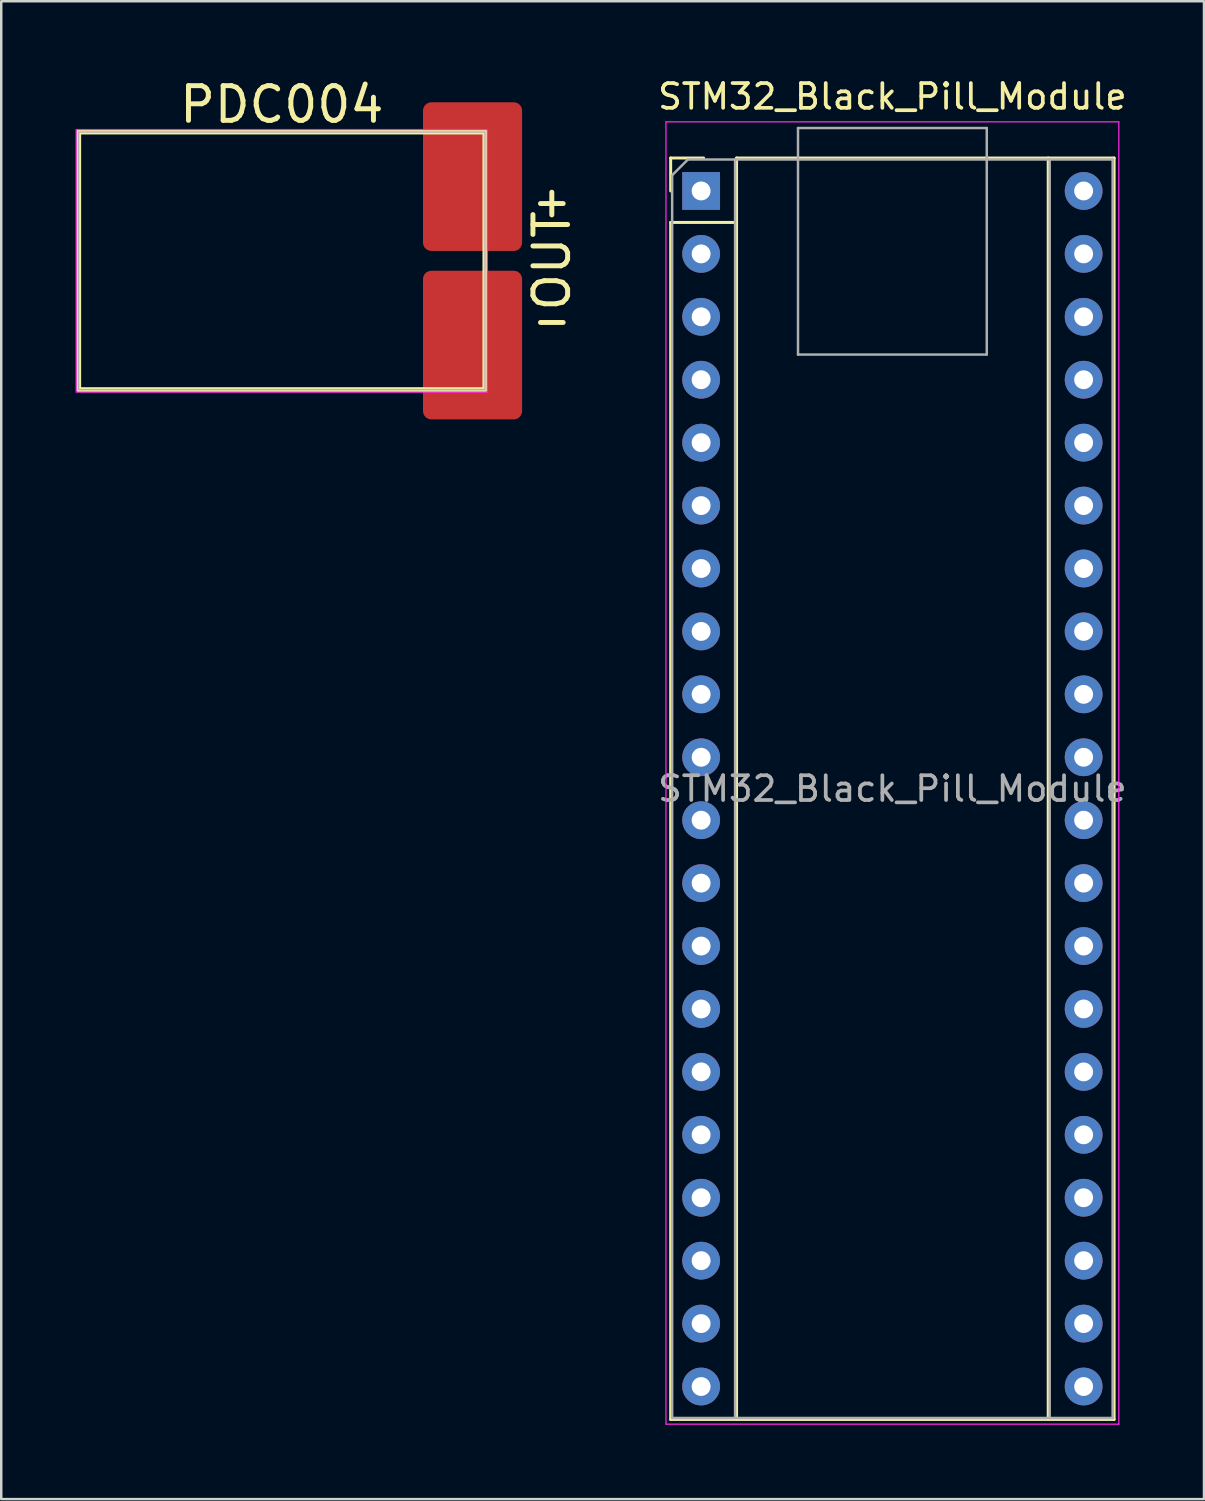
<source format=kicad_pcb>
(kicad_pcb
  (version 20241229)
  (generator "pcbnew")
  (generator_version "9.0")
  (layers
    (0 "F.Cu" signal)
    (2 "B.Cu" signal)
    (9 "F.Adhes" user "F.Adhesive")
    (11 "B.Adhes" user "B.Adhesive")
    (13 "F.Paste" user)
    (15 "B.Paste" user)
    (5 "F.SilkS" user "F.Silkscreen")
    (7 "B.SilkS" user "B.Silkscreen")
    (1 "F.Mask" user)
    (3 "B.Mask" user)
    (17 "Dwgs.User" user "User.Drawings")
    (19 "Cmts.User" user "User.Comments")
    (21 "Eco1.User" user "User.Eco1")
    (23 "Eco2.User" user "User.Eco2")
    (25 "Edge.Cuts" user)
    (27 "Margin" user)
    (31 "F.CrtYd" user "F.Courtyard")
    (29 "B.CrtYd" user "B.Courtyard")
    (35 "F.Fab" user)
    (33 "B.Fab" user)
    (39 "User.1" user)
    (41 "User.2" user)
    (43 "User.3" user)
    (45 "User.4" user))
  (footprint "STM32_Black_Pill_Module"
    (layer "F.Cu")
    (at 32.972 28.788)
    (property "Reference" "STM32_Black_Pill_Module" (at 0 -27.94 0) (layer "F.SilkS") (effects (font (size 1 1) (thickness 0.15))))
    (attr through_hole)
    (fp_line (start -8.95 -25.46) (end -8.95 -24.13) (stroke (width 0.12) (type solid)) (layer "F.SilkS"))
    (fp_line (start -8.95 -22.86) (end -6.29 -22.86) (stroke (width 0.12) (type solid)) (layer "F.SilkS"))
    (fp_line (start -8.95 25.46) (end -8.95 -22.86) (stroke (width 0.12) (type solid)) (layer "F.SilkS"))
    (fp_line (start -7.62 -25.46) (end -8.95 -25.46) (stroke (width 0.12) (type solid)) (layer "F.SilkS"))
    (fp_line (start -6.29 -25.46) (end -6.29 25.46) (stroke (width 0.12) (type solid)) (layer "F.SilkS"))
    (fp_line (start -6.29 -25.46) (end 8.95 -25.46) (stroke (width 0.12) (type solid)) (layer "F.SilkS"))
    (fp_line (start 6.29 25.46) (end 6.29 -25.46) (stroke (width 0.12) (type solid)) (layer "F.SilkS"))
    (fp_line (start 8.95 -25.46) (end 8.95 25.46) (stroke (width 0.12) (type solid)) (layer "F.SilkS"))
    (fp_line (start 8.95 25.46) (end -8.95 25.46) (stroke (width 0.12) (type solid)) (layer "F.SilkS"))
    (fp_line (start -9.14 -26.92) (end 9.14 -26.92) (stroke (width 0.05) (type solid)) (layer "F.CrtYd"))
    (fp_line (start -9.14 25.65) (end -9.14 -26.92) (stroke (width 0.05) (type solid)) (layer "F.CrtYd"))
    (fp_line (start 9.14 -26.92) (end 9.14 25.65) (stroke (width 0.05) (type solid)) (layer "F.CrtYd"))
    (fp_line (start 9.14 25.65) (end -9.14 25.65) (stroke (width 0.05) (type solid)) (layer "F.CrtYd"))
    (fp_line (start -8.89 -24.765) (end -8.255 -25.4) (stroke (width 0.1) (type solid)) (layer "F.Fab"))
    (fp_line (start -8.89 25.4) (end -8.89 -24.765) (stroke (width 0.1) (type solid)) (layer "F.Fab"))
    (fp_line (start -8.255 -25.4) (end 8.89 -25.4) (stroke (width 0.1) (type solid)) (layer "F.Fab"))
    (fp_line (start -6.35 -25.4) (end -6.35 25.4) (stroke (width 0.1) (type solid)) (layer "F.Fab"))
    (fp_line (start -3.81 -26.67) (end 3.81 -26.67) (stroke (width 0.1) (type solid)) (layer "F.Fab"))
    (fp_line (start -3.81 -17.526) (end -3.81 -26.67) (stroke (width 0.1) (type solid)) (layer "F.Fab"))
    (fp_line (start -3.81 -17.526) (end 3.81 -17.526) (stroke (width 0.1) (type solid)) (layer "F.Fab"))
    (fp_line (start 3.81 -26.67) (end 3.81 -17.526) (stroke (width 0.1) (type solid)) (layer "F.Fab"))
    (fp_line (start 6.35 -25.4) (end 6.35 25.4) (stroke (width 0.1) (type solid)) (layer "F.Fab"))
    (fp_line (start 8.89 -25.4) (end 8.89 25.4) (stroke (width 0.1) (type solid)) (layer "F.Fab"))
    (fp_line (start 8.89 25.4) (end -8.89 25.4) (stroke (width 0.1) (type solid)) (layer "F.Fab"))
    (fp_text user "${REFERENCE}" (at 0 0 0) (layer "F.Fab") (effects (font (size 1 1) (thickness 0.15))))
    (pad "1" thru_hole rect (at -7.72 -24.13) (size 1.524 1.524) (drill 0.762) (layers "*.Cu" "*.Mask"))
    (pad "2" thru_hole circle (at -7.72 -21.59) (size 1.524 1.524) (drill 0.762) (layers "*.Cu" "*.Mask"))
    (pad "3" thru_hole circle (at -7.72 -19.05) (size 1.524 1.524) (drill 0.762) (layers "*.Cu" "*.Mask"))
    (pad "4" thru_hole circle (at -7.72 -16.51) (size 1.524 1.524) (drill 0.762) (layers "*.Cu" "*.Mask"))
    (pad "5" thru_hole circle (at -7.72 -13.97) (size 1.524 1.524) (drill 0.762) (layers "*.Cu" "*.Mask"))
    (pad "6" thru_hole circle (at -7.72 -11.43) (size 1.524 1.524) (drill 0.762) (layers "*.Cu" "*.Mask"))
    (pad "7" thru_hole circle (at -7.72 -8.89) (size 1.524 1.524) (drill 0.762) (layers "*.Cu" "*.Mask"))
    (pad "8" thru_hole circle (at -7.72 -6.35) (size 1.524 1.524) (drill 0.762) (layers "*.Cu" "*.Mask"))
    (pad "9" thru_hole circle (at -7.72 -3.81) (size 1.524 1.524) (drill 0.762) (layers "*.Cu" "*.Mask"))
    (pad "10" thru_hole circle (at -7.72 -1.27) (size 1.524 1.524) (drill 0.762) (layers "*.Cu" "*.Mask"))
    (pad "11" thru_hole circle (at -7.72 1.27) (size 1.524 1.524) (drill 0.762) (layers "*.Cu" "*.Mask"))
    (pad "12" thru_hole circle (at -7.72 3.81) (size 1.524 1.524) (drill 0.762) (layers "*.Cu" "*.Mask"))
    (pad "13" thru_hole circle (at -7.72 6.35) (size 1.524 1.524) (drill 0.762) (layers "*.Cu" "*.Mask"))
    (pad "14" thru_hole circle (at -7.72 8.89) (size 1.524 1.524) (drill 0.762) (layers "*.Cu" "*.Mask"))
    (pad "15" thru_hole circle (at -7.72 11.43) (size 1.524 1.524) (drill 0.762) (layers "*.Cu" "*.Mask"))
    (pad "16" thru_hole circle (at -7.72 13.97) (size 1.524 1.524) (drill 0.762) (layers "*.Cu" "*.Mask"))
    (pad "17" thru_hole circle (at -7.72 16.51) (size 1.524 1.524) (drill 0.762) (layers "*.Cu" "*.Mask"))
    (pad "18" thru_hole circle (at -7.72 19.05) (size 1.524 1.524) (drill 0.762) (layers "*.Cu" "*.Mask"))
    (pad "19" thru_hole circle (at -7.72 21.59) (size 1.524 1.524) (drill 0.762) (layers "*.Cu" "*.Mask"))
    (pad "20" thru_hole circle (at -7.72 24.13) (size 1.524 1.524) (drill 0.762) (layers "*.Cu" "*.Mask"))
    (pad "21" thru_hole circle (at 7.72 24.13) (size 1.524 1.524) (drill 0.762) (layers "*.Cu" "*.Mask"))
    (pad "22" thru_hole circle (at 7.72 21.59) (size 1.524 1.524) (drill 0.762) (layers "*.Cu" "*.Mask"))
    (pad "23" thru_hole circle (at 7.72 19.05) (size 1.524 1.524) (drill 0.762) (layers "*.Cu" "*.Mask"))
    (pad "24" thru_hole circle (at 7.72 16.51) (size 1.524 1.524) (drill 0.762) (layers "*.Cu" "*.Mask"))
    (pad "25" thru_hole circle (at 7.72 13.97) (size 1.524 1.524) (drill 0.762) (layers "*.Cu" "*.Mask"))
    (pad "26" thru_hole circle (at 7.72 11.43) (size 1.524 1.524) (drill 0.762) (layers "*.Cu" "*.Mask"))
    (pad "27" thru_hole circle (at 7.72 8.89) (size 1.524 1.524) (drill 0.762) (layers "*.Cu" "*.Mask"))
    (pad "28" thru_hole circle (at 7.72 6.35) (size 1.524 1.524) (drill 0.762) (layers "*.Cu" "*.Mask"))
    (pad "29" thru_hole circle (at 7.72 3.81) (size 1.524 1.524) (drill 0.762) (layers "*.Cu" "*.Mask"))
    (pad "30" thru_hole circle (at 7.72 1.27) (size 1.524 1.524) (drill 0.762) (layers "*.Cu" "*.Mask"))
    (pad "31" thru_hole circle (at 7.72 -1.27) (size 1.524 1.524) (drill 0.762) (layers "*.Cu" "*.Mask"))
    (pad "32" thru_hole circle (at 7.72 -3.81) (size 1.524 1.524) (drill 0.762) (layers "*.Cu" "*.Mask"))
    (pad "33" thru_hole circle (at 7.72 -6.35) (size 1.524 1.524) (drill 0.762) (layers "*.Cu" "*.Mask"))
    (pad "34" thru_hole circle (at 7.72 -8.89) (size 1.524 1.524) (drill 0.762) (layers "*.Cu" "*.Mask"))
    (pad "35" thru_hole circle (at 7.72 -11.43) (size 1.524 1.524) (drill 0.762) (layers "*.Cu" "*.Mask"))
    (pad "36" thru_hole circle (at 7.72 -13.97) (size 1.524 1.524) (drill 0.762) (layers "*.Cu" "*.Mask"))
    (pad "37" thru_hole circle (at 7.72 -16.51) (size 1.524 1.524) (drill 0.762) (layers "*.Cu" "*.Mask"))
    (pad "38" thru_hole circle (at 7.72 -19.05) (size 1.524 1.524) (drill 0.762) (layers "*.Cu" "*.Mask"))
    (pad "39" thru_hole circle (at 7.72 -21.59) (size 1.524 1.524) (drill 0.762) (layers "*.Cu" "*.Mask"))
    (pad "40" thru_hole circle (at 7.72 -24.13) (size 1.524 1.524) (drill 0.762) (layers "*.Cu" "*.Mask")))
  (footprint "PDC004"
    (layer "F.Cu")
    (at 8.325 7.479)
    (property "Reference" "PDC004" (at 0 -6.309 0) (layer "F.SilkS") (effects (font (size 1.4 1.4) (thickness 0.2))))
    (attr smd)
    (fp_rect (start 8.2 5.2) (end -8.2 -5.2) (stroke (width 0.2) (type solid)) (fill no) (layer "F.SilkS"))
    (fp_rect (start 8.3 5.3) (end -8.3 -5.3) (stroke (width 0.05) (type solid)) (fill no) (layer "F.CrtYd"))
    (fp_rect (start 8.2 5.2) (end -8.2 -5.2) (stroke (width 0.05) (type solid)) (fill no) (layer "F.Fab"))
    (fp_text user "+" (at 10.9 -2.4 0) (unlocked yes) (layer "F.SilkS") (effects (font (size 1.2 1.2) (thickness 0.2))))
    (fp_text user "-" (at 10.9 2.4 0) (unlocked yes) (layer "F.SilkS") (effects (font (size 1.2 1.2) (thickness 0.2))))
    (fp_text user "OUT" (at 10.9 0 90) (unlocked yes) (layer "F.SilkS") (effects (font (size 1.4 1.4) (thickness 0.2))))
    (pad "1" smd roundrect (at 7.7 -3.4) (size 4 6) (layers "F.Cu" "F.Mask" "F.Paste") (roundrect_rratio 0.083))
    (pad "2" smd roundrect (at 7.7 3.4) (size 4 6) (layers "F.Cu" "F.Mask" "F.Paste") (roundrect_rratio 0.083)))
  (gr_rect
    (start -3 -3)
    (end 45.55 57.463)
    (stroke (width 0.1) (type default))
    (fill no)
    (layer "Edge.Cuts")))
</source>
